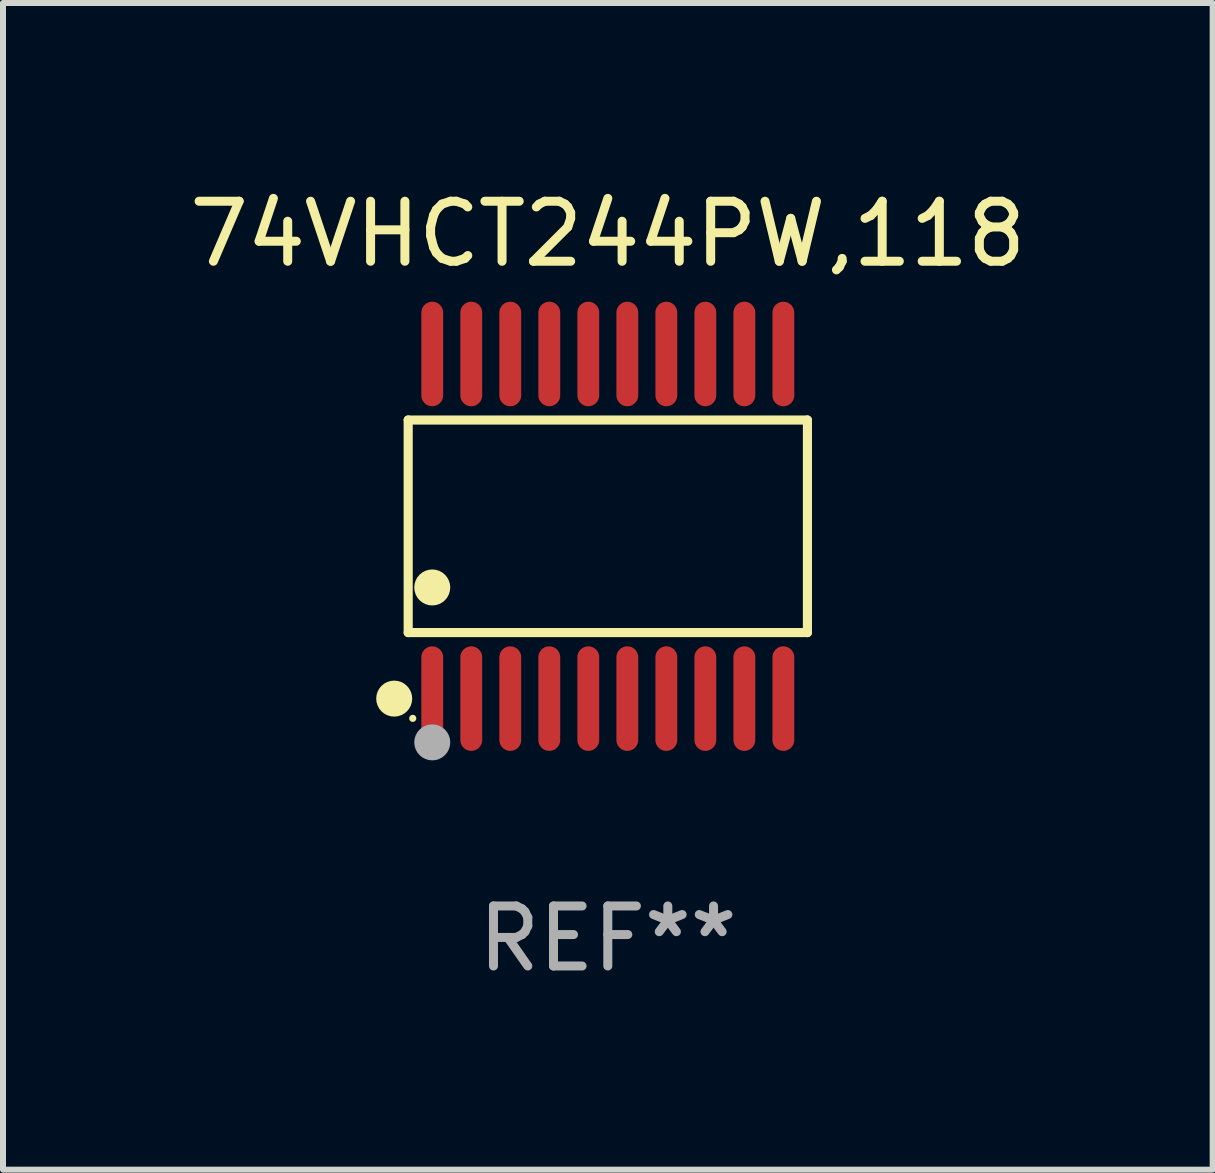
<source format=kicad_pcb>
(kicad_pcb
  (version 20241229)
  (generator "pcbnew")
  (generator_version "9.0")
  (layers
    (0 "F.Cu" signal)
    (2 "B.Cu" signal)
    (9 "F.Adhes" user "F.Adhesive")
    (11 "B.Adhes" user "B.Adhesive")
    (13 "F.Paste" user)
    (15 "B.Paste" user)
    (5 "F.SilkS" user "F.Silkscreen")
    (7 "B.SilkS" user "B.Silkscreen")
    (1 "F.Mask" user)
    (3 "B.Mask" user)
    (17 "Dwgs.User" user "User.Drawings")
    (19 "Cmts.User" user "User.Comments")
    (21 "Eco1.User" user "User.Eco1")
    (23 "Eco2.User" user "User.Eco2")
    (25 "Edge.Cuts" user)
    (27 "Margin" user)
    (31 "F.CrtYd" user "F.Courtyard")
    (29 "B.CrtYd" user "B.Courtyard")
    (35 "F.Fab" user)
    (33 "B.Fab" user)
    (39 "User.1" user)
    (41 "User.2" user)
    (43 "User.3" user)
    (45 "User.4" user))
  (footprint "74VHCT244PW,118"
    (layer "F.Cu")
    (at 7.077 5.719)
    (property "Reference" "74VHCT244PW,118" (at 0 -4.871 0) (layer "F.SilkS") (effects (font (size 1 1) (thickness 0.15))))
    (attr through_hole)
    (fp_line (start -3.326 -1.771) (end 3.326 -1.771) (stroke (width 0.152) (type solid)) (layer "F.SilkS"))
    (fp_line (start -3.326 1.771) (end -3.326 -1.771) (stroke (width 0.152) (type solid)) (layer "F.SilkS"))
    (fp_line (start 3.326 -1.771) (end 3.326 1.771) (stroke (width 0.152) (type solid)) (layer "F.SilkS"))
    (fp_line (start 3.326 1.771) (end -3.326 1.771) (stroke (width 0.152) (type solid)) (layer "F.SilkS"))
    (fp_circle (center -3.559 2.871) (end -3.409 2.871) (stroke (width 0.3) (type solid)) (fill no) (layer "F.SilkS"))
    (fp_circle (center -3.25 3.2) (end -3.22 3.2) (stroke (width 0.06) (type solid)) (fill no) (layer "F.SilkS"))
    (fp_circle (center -2.925 1.019) (end -2.775 1.019) (stroke (width 0.3) (type solid)) (fill no) (layer "F.SilkS"))
    (fp_circle (center -2.925 3.6) (end -2.775 3.6) (stroke (width 0.3) (type solid)) (fill no) (layer "F.Fab"))
    (fp_text user "REF**" (at 0 6.871 0) (layer "F.Fab") (effects (font (size 1 1) (thickness 0.15))))
    (pad "1" smd oval (at -2.925 2.871) (size 0.364 1.742) (layers "F.Cu" "F.Mask" "F.Paste"))
    (pad "2" smd oval (at -2.275 2.871) (size 0.364 1.742) (layers "F.Cu" "F.Mask" "F.Paste"))
    (pad "3" smd oval (at -1.625 2.871) (size 0.364 1.742) (layers "F.Cu" "F.Mask" "F.Paste"))
    (pad "4" smd oval (at -0.975 2.871) (size 0.364 1.742) (layers "F.Cu" "F.Mask" "F.Paste"))
    (pad "5" smd oval (at -0.325 2.871) (size 0.364 1.742) (layers "F.Cu" "F.Mask" "F.Paste"))
    (pad "6" smd oval (at 0.325 2.871) (size 0.364 1.742) (layers "F.Cu" "F.Mask" "F.Paste"))
    (pad "7" smd oval (at 0.975 2.871) (size 0.364 1.742) (layers "F.Cu" "F.Mask" "F.Paste"))
    (pad "8" smd oval (at 1.625 2.871) (size 0.364 1.742) (layers "F.Cu" "F.Mask" "F.Paste"))
    (pad "9" smd oval (at 2.275 2.871) (size 0.364 1.742) (layers "F.Cu" "F.Mask" "F.Paste"))
    (pad "10" smd oval (at 2.925 2.871) (size 0.364 1.742) (layers "F.Cu" "F.Mask" "F.Paste"))
    (pad "11" smd oval (at 2.925 -2.871) (size 0.364 1.742) (layers "F.Cu" "F.Mask" "F.Paste"))
    (pad "12" smd oval (at 2.275 -2.871) (size 0.364 1.742) (layers "F.Cu" "F.Mask" "F.Paste"))
    (pad "13" smd oval (at 1.625 -2.871) (size 0.364 1.742) (layers "F.Cu" "F.Mask" "F.Paste"))
    (pad "14" smd oval (at 0.975 -2.871) (size 0.364 1.742) (layers "F.Cu" "F.Mask" "F.Paste"))
    (pad "15" smd oval (at 0.325 -2.871) (size 0.364 1.742) (layers "F.Cu" "F.Mask" "F.Paste"))
    (pad "16" smd oval (at -0.325 -2.871) (size 0.364 1.742) (layers "F.Cu" "F.Mask" "F.Paste"))
    (pad "17" smd oval (at -0.975 -2.871) (size 0.364 1.742) (layers "F.Cu" "F.Mask" "F.Paste"))
    (pad "18" smd oval (at -1.625 -2.871) (size 0.364 1.742) (layers "F.Cu" "F.Mask" "F.Paste"))
    (pad "19" smd oval (at -2.275 -2.871) (size 0.364 1.742) (layers "F.Cu" "F.Mask" "F.Paste"))
    (pad "20" smd oval (at -2.925 -2.871) (size 0.364 1.742) (layers "F.Cu" "F.Mask" "F.Paste")))
  (gr_rect
    (start -3 -3)
    (end 17.155 16.438)
    (stroke (width 0.1) (type default))
    (fill no)
    (layer "Edge.Cuts")))
</source>
